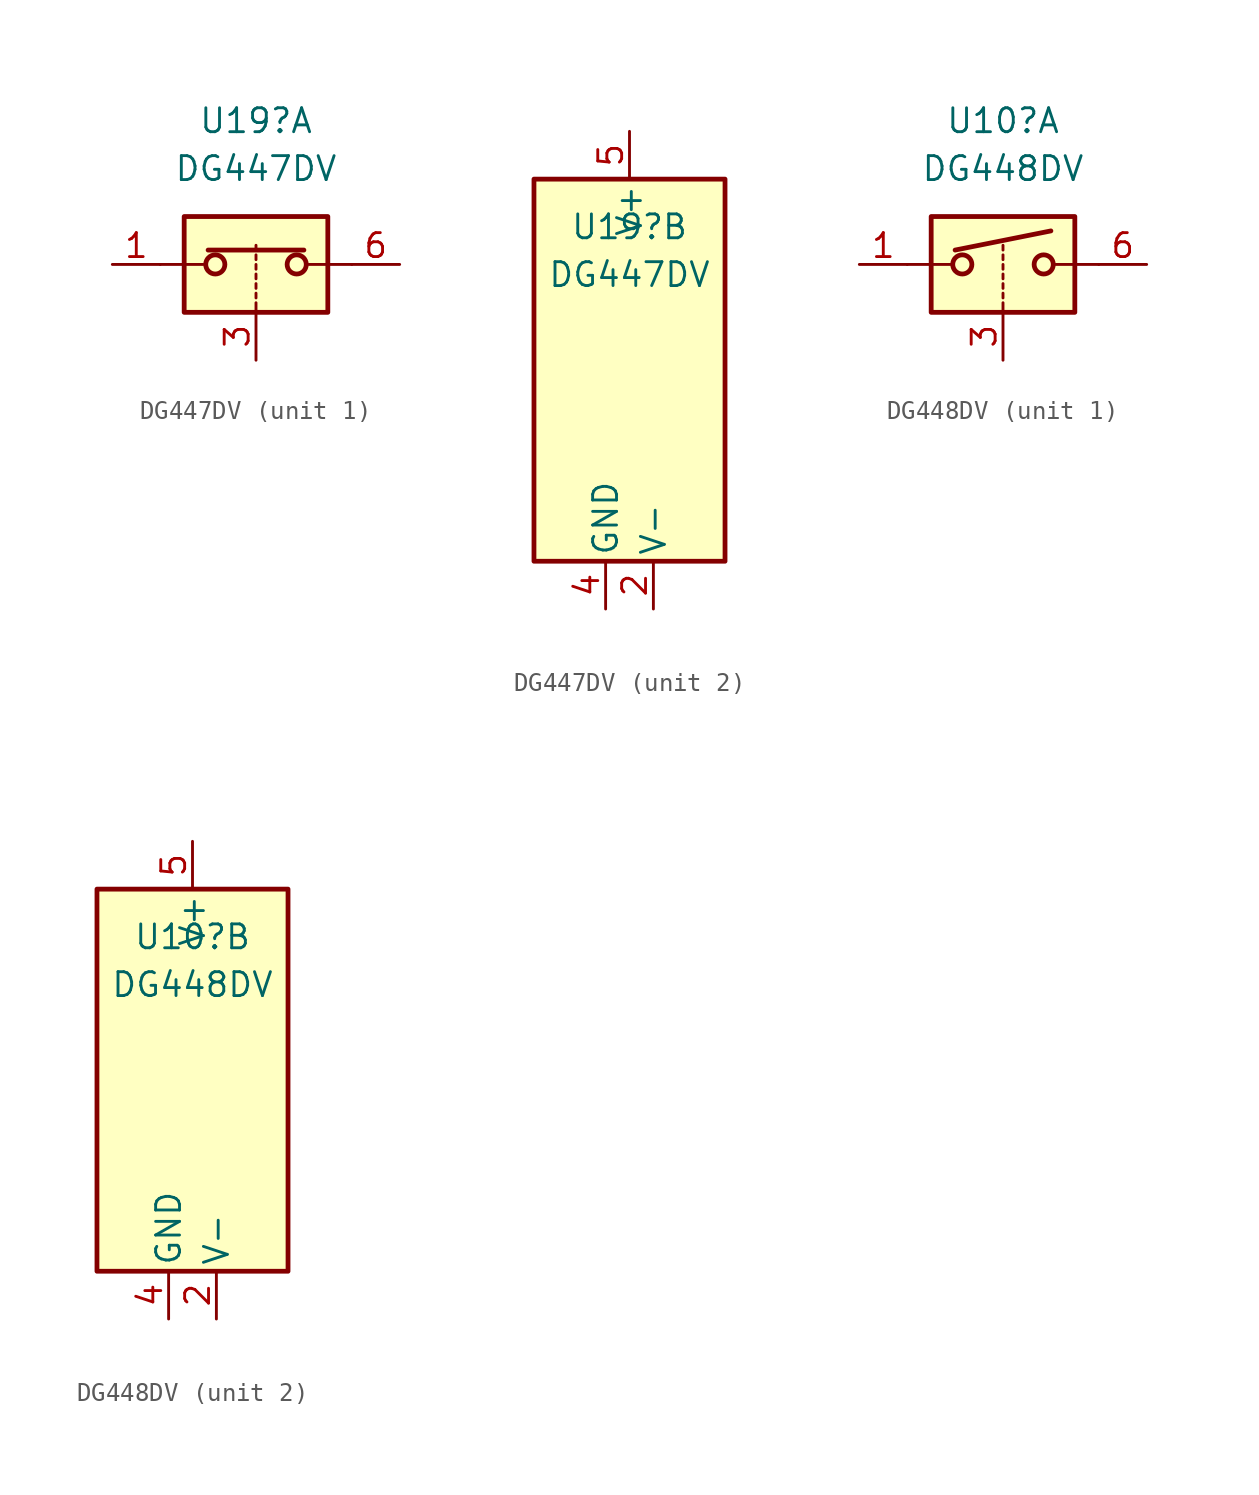
<source format=kicad_sym>
(kicad_symbol_lib
  (version 20211014)
  (generator kicad_symbol_editor)
  (symbol "DG447DV"
    (pin_names
      (offset 0.254))
    (property "Reference" "U19"
      (at 0 7.62 0)
      (effects (font (size 1.27 1.27))))
    (property "Value" "DG447DV"
      (at 0 5.08 0)
      (effects (font (size 1.27 1.27))))
    (property "ki_locked" ""
      (at 0 0 0)
      (effects (font (size 1.27 1.27))))
    (symbol "DG447DV_1_0"
      (pin bidirectional line (at -7.62 0 0) (length 2.54) (name "" (effects (font (size 1.27 1.27)))) (number "1" (effects (font (size 1.27 1.27)))))
      (pin input line (at 0 -5.08 90) (length 2.54) (name "" (effects (font (size 1.27 1.27)))) (number "3" (effects (font (size 1.27 1.27)))))
      (pin bidirectional line (at 7.62 0 180) (length 2.54) (name "" (effects (font (size 1.27 1.27)))) (number "6" (effects (font (size 1.27 1.27))))))
    (symbol "DG447DV_1_1"
      (rectangle (start -3.81 2.54) (end 3.81 -2.54) (stroke (width 0.254) (type default) (color 0 0 0 0)) (fill (type background)))
      (circle (center -2.159 0) (radius 0.508) (stroke (width 0.254) (type default) (color 0 0 0 0)) (fill (type none)))
      (polyline (pts (xy -5.08 0) (xy -2.794 0)) (stroke (width 0) (type default) (color 0 0 0 0)) (fill (type none)))
      (polyline (pts (xy -2.54 0.762) (xy 2.54 0.762)) (stroke (width 0.254) (type default) (color 0 0 0 0)) (fill (type none)))
      (polyline (pts (xy 0 -2.54) (xy 0 -2.032)) (stroke (width 0) (type default) (color 0 0 0 0)) (fill (type none)))
      (polyline (pts (xy 0 -1.778) (xy 0 -1.524)) (stroke (width 0) (type default) (color 0 0 0 0)) (fill (type none)))
      (polyline (pts (xy 0 -1.27) (xy 0 -1.016)) (stroke (width 0) (type default) (color 0 0 0 0)) (fill (type none)))
      (polyline (pts (xy 0 -0.762) (xy 0 -0.508)) (stroke (width 0) (type default) (color 0 0 0 0)) (fill (type none)))
      (polyline (pts (xy 0 -0.254) (xy 0 0)) (stroke (width 0) (type default) (color 0 0 0 0)) (fill (type none)))
      (polyline (pts (xy 0 0.254) (xy 0 0.508)) (stroke (width 0) (type default) (color 0 0 0 0)) (fill (type none)))
      (polyline (pts (xy 0 0.762) (xy 0 1.016)) (stroke (width 0) (type default) (color 0 0 0 0)) (fill (type none)))
      (polyline (pts (xy 5.08 0) (xy 2.794 0)) (stroke (width 0) (type default) (color 0 0 0 0)) (fill (type none)))
      (circle (center 2.159 0) (radius 0.508) (stroke (width 0.254) (type default) (color 0 0 0 0)) (fill (type none))))
    (symbol "DG447DV_2_0"
      (pin power_in line (at 1.27 -12.7 90) (length 2.54) (name "V-" (effects (font (size 1.27 1.27)))) (number "2" (effects (font (size 1.27 1.27)))))
      (pin power_in line (at -1.27 -12.7 90) (length 2.54) (name "GND" (effects (font (size 1.27 1.27)))) (number "4" (effects (font (size 1.27 1.27)))))
      (pin power_in line (at 0 12.7 270) (length 2.54) (name "V+" (effects (font (size 1.27 1.27)))) (number "5" (effects (font (size 1.27 1.27))))))
    (symbol "DG447DV_2_1"
      (rectangle (start -5.08 10.16) (end 5.08 -10.16) (stroke (width 0.254) (type default) (color 0 0 0 0)) (fill (type background)))))
  (symbol "DG448DV"
    (pin_names
      (offset 0.254))
    (property "Reference" "U10"
      (at 0 7.62 0)
      (effects (font (size 1.27 1.27))))
    (property "Value" "DG448DV"
      (at 0 5.08 0)
      (effects (font (size 1.27 1.27))))
    (property "ki_locked" ""
      (at 0 0 0)
      (effects (font (size 1.27 1.27))))
    (symbol "DG448DV_1_0"
      (pin bidirectional line (at -7.62 0 0) (length 2.54) (name "" (effects (font (size 1.27 1.27)))) (number "1" (effects (font (size 1.27 1.27)))))
      (pin input line (at 0 -5.08 90) (length 2.54) (name "" (effects (font (size 1.27 1.27)))) (number "3" (effects (font (size 1.27 1.27)))))
      (pin bidirectional line (at 7.62 0 180) (length 2.54) (name "" (effects (font (size 1.27 1.27)))) (number "6" (effects (font (size 1.27 1.27))))))
    (symbol "DG448DV_1_1"
      (rectangle (start -3.81 2.54) (end 3.81 -2.54) (stroke (width 0.254) (type default) (color 0 0 0 0)) (fill (type background)))
      (circle (center -2.159 0) (radius 0.508) (stroke (width 0.254) (type default) (color 0 0 0 0)) (fill (type none)))
      (polyline (pts (xy -5.08 0) (xy -2.794 0)) (stroke (width 0) (type default) (color 0 0 0 0)) (fill (type none)))
      (polyline (pts (xy -2.54 0.762) (xy 2.54 1.778)) (stroke (width 0.254) (type default) (color 0 0 0 0)) (fill (type none)))
      (polyline (pts (xy 0 -2.54) (xy 0 -2.032)) (stroke (width 0) (type default) (color 0 0 0 0)) (fill (type none)))
      (polyline (pts (xy 0 -1.778) (xy 0 -1.524)) (stroke (width 0) (type default) (color 0 0 0 0)) (fill (type none)))
      (polyline (pts (xy 0 -1.27) (xy 0 -1.016)) (stroke (width 0) (type default) (color 0 0 0 0)) (fill (type none)))
      (polyline (pts (xy 0 -0.762) (xy 0 -0.508)) (stroke (width 0) (type default) (color 0 0 0 0)) (fill (type none)))
      (polyline (pts (xy 0 -0.254) (xy 0 0)) (stroke (width 0) (type default) (color 0 0 0 0)) (fill (type none)))
      (polyline (pts (xy 0 0.254) (xy 0 0.508)) (stroke (width 0) (type default) (color 0 0 0 0)) (fill (type none)))
      (polyline (pts (xy 0 0.762) (xy 0 1.016)) (stroke (width 0) (type default) (color 0 0 0 0)) (fill (type none)))
      (polyline (pts (xy 5.08 0) (xy 2.794 0)) (stroke (width 0) (type default) (color 0 0 0 0)) (fill (type none)))
      (circle (center 2.159 0) (radius 0.508) (stroke (width 0.254) (type default) (color 0 0 0 0)) (fill (type none))))
    (symbol "DG448DV_2_0"
      (pin power_in line (at 1.27 -12.7 90) (length 2.54) (name "V-" (effects (font (size 1.27 1.27)))) (number "2" (effects (font (size 1.27 1.27)))))
      (pin power_in line (at -1.27 -12.7 90) (length 2.54) (name "GND" (effects (font (size 1.27 1.27)))) (number "4" (effects (font (size 1.27 1.27)))))
      (pin power_in line (at 0 12.7 270) (length 2.54) (name "V+" (effects (font (size 1.27 1.27)))) (number "5" (effects (font (size 1.27 1.27))))))
    (symbol "DG448DV_2_1"
      (rectangle (start -5.08 10.16) (end 5.08 -10.16) (stroke (width 0.254) (type default) (color 0 0 0 0)) (fill (type background))))))
</source>
